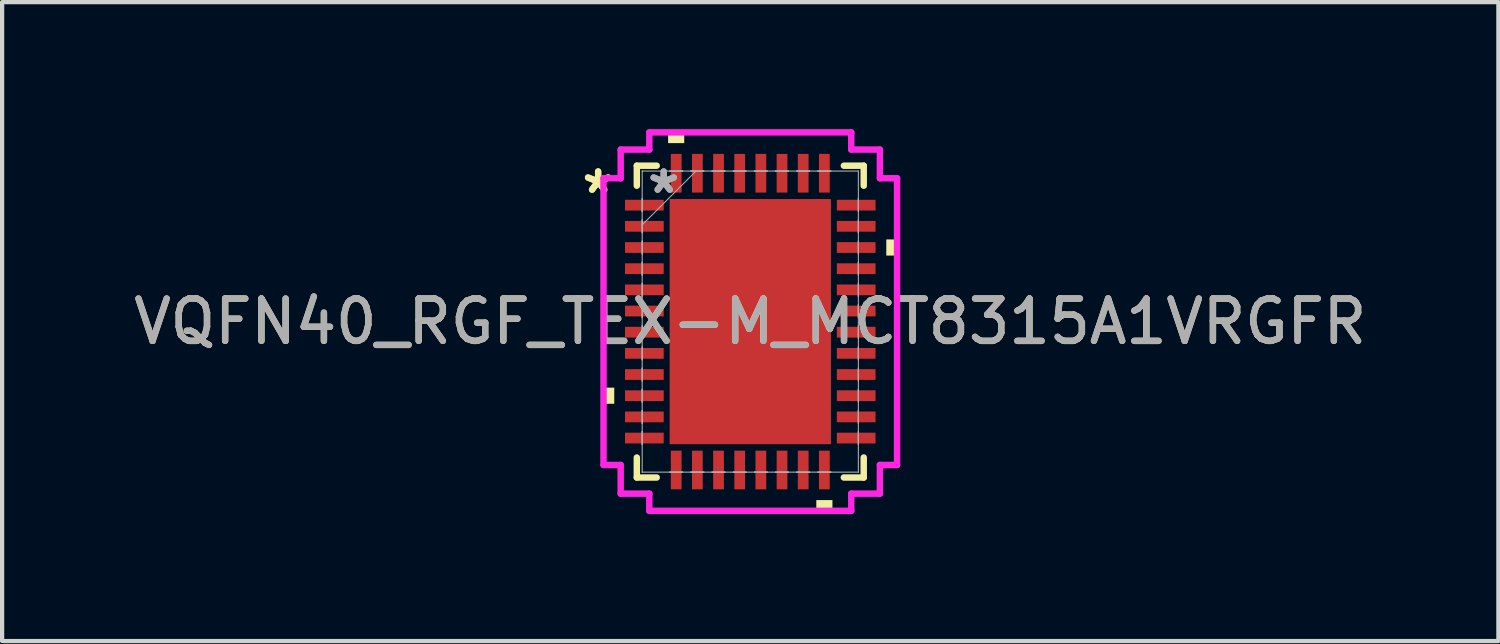
<source format=kicad_pcb>
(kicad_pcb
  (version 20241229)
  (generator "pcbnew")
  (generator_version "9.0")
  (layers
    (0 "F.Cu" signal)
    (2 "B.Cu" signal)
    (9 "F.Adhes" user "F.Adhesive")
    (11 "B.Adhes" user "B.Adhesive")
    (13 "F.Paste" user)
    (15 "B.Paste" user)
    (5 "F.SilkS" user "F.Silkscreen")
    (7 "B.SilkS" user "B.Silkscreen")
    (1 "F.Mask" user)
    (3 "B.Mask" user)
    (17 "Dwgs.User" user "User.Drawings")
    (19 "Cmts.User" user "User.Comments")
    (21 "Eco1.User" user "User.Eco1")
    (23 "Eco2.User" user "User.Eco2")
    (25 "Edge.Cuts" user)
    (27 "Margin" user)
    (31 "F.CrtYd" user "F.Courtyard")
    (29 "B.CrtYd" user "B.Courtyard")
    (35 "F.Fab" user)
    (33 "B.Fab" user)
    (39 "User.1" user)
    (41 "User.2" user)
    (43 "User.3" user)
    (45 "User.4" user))
  (footprint "VQFN40_RGF_TEX-M_MCT8315A1VRGFR"
    (layer "F.Cu")
    (at 14.673 4.547)
    (property "Reference" "VQFN40_RGF_TEX-M_MCT8315A1VRGFR" (at 0 0 0) (unlocked yes) (layer "F.SilkS") (effects (font (size 1 1) (thickness 0.15))))
    (attr smd)
    (fp_line (start -2.68 -3.683) (end -2.68 -3.21) (stroke (width 0.152) (type solid)) (layer "F.SilkS"))
    (fp_line (start -2.68 3.21) (end -2.68 3.683) (stroke (width 0.152) (type solid)) (layer "F.SilkS"))
    (fp_line (start -2.68 3.683) (end -2.21 3.683) (stroke (width 0.152) (type solid)) (layer "F.SilkS"))
    (fp_line (start -2.21 -3.683) (end -2.68 -3.683) (stroke (width 0.152) (type solid)) (layer "F.SilkS"))
    (fp_line (start 2.21 3.683) (end 2.68 3.683) (stroke (width 0.152) (type solid)) (layer "F.SilkS"))
    (fp_line (start 2.68 -3.683) (end 2.21 -3.683) (stroke (width 0.152) (type solid)) (layer "F.SilkS"))
    (fp_line (start 2.68 -3.21) (end 2.68 -3.683) (stroke (width 0.152) (type solid)) (layer "F.SilkS"))
    (fp_line (start 2.68 3.683) (end 2.68 3.21) (stroke (width 0.152) (type solid)) (layer "F.SilkS"))
    (fp_poly (pts (xy -3.467 1.56) (xy -3.467 1.941) (xy -3.213 1.941) (xy -3.213 1.56)) (stroke (width 0) (type solid)) (fill yes) (layer "F.SilkS"))
    (fp_poly (pts (xy -1.941 -4.216) (xy -1.941 -4.47) (xy -1.56 -4.47) (xy -1.56 -4.216)) (stroke (width 0) (type solid)) (fill yes) (layer "F.SilkS"))
    (fp_poly (pts (xy 1.56 4.216) (xy 1.56 4.47) (xy 1.941 4.47) (xy 1.941 4.216)) (stroke (width 0) (type solid)) (fill yes) (layer "F.SilkS"))
    (fp_poly (pts (xy 3.467 -1.941) (xy 3.467 -1.56) (xy 3.213 -1.56) (xy 3.213 -1.941)) (stroke (width 0) (type solid)) (fill yes) (layer "F.SilkS"))
    (fp_poly (pts (xy -1.805 -2.796) (xy -1.805 -1.548) (xy -0.735 -1.548) (xy -0.735 -2.796)) (stroke (width 0) (type solid)) (fill yes) (layer "F.Paste"))
    (fp_poly (pts (xy -1.805 -1.348) (xy -1.805 -0.1) (xy -0.735 -0.1) (xy -0.735 -1.348)) (stroke (width 0) (type solid)) (fill yes) (layer "F.Paste"))
    (fp_poly (pts (xy -1.805 0.1) (xy -1.805 1.348) (xy -0.735 1.348) (xy -0.735 0.1)) (stroke (width 0) (type solid)) (fill yes) (layer "F.Paste"))
    (fp_poly (pts (xy -1.805 1.548) (xy -1.805 2.796) (xy -0.735 2.796) (xy -0.735 1.548)) (stroke (width 0) (type solid)) (fill yes) (layer "F.Paste"))
    (fp_poly (pts (xy -0.535 -2.796) (xy -0.535 -1.548) (xy 0.535 -1.548) (xy 0.535 -2.796)) (stroke (width 0) (type solid)) (fill yes) (layer "F.Paste"))
    (fp_poly (pts (xy -0.535 -1.348) (xy -0.535 -0.1) (xy 0.535 -0.1) (xy 0.535 -1.348)) (stroke (width 0) (type solid)) (fill yes) (layer "F.Paste"))
    (fp_poly (pts (xy -0.535 0.1) (xy -0.535 1.348) (xy 0.535 1.348) (xy 0.535 0.1)) (stroke (width 0) (type solid)) (fill yes) (layer "F.Paste"))
    (fp_poly (pts (xy -0.535 1.548) (xy -0.535 2.796) (xy 0.535 2.796) (xy 0.535 1.548)) (stroke (width 0) (type solid)) (fill yes) (layer "F.Paste"))
    (fp_poly (pts (xy 0.735 -2.796) (xy 0.735 -1.548) (xy 1.805 -1.548) (xy 1.805 -2.796)) (stroke (width 0) (type solid)) (fill yes) (layer "F.Paste"))
    (fp_poly (pts (xy 0.735 -1.348) (xy 0.735 -0.1) (xy 1.805 -0.1) (xy 1.805 -1.348)) (stroke (width 0) (type solid)) (fill yes) (layer "F.Paste"))
    (fp_poly (pts (xy 0.735 0.1) (xy 0.735 1.348) (xy 1.805 1.348) (xy 1.805 0.1)) (stroke (width 0) (type solid)) (fill yes) (layer "F.Paste"))
    (fp_poly (pts (xy 0.735 1.548) (xy 0.735 2.796) (xy 1.805 2.796) (xy 1.805 1.548)) (stroke (width 0) (type solid)) (fill yes) (layer "F.Paste"))
    (fp_line (start -3.467 -3.386) (end -3.061 -3.386) (stroke (width 0.152) (type solid)) (layer "F.CrtYd"))
    (fp_line (start -3.467 3.386) (end -3.467 -3.386) (stroke (width 0.152) (type solid)) (layer "F.CrtYd"))
    (fp_line (start -3.061 -4.064) (end -2.385 -4.064) (stroke (width 0.152) (type solid)) (layer "F.CrtYd"))
    (fp_line (start -3.061 -3.386) (end -3.061 -4.064) (stroke (width 0.152) (type solid)) (layer "F.CrtYd"))
    (fp_line (start -3.061 3.386) (end -3.467 3.386) (stroke (width 0.152) (type solid)) (layer "F.CrtYd"))
    (fp_line (start -3.061 4.064) (end -3.061 3.386) (stroke (width 0.152) (type solid)) (layer "F.CrtYd"))
    (fp_line (start -2.385 -4.47) (end 2.385 -4.47) (stroke (width 0.152) (type solid)) (layer "F.CrtYd"))
    (fp_line (start -2.385 -4.064) (end -2.385 -4.47) (stroke (width 0.152) (type solid)) (layer "F.CrtYd"))
    (fp_line (start -2.385 4.064) (end -3.061 4.064) (stroke (width 0.152) (type solid)) (layer "F.CrtYd"))
    (fp_line (start -2.385 4.47) (end -2.385 4.064) (stroke (width 0.152) (type solid)) (layer "F.CrtYd"))
    (fp_line (start 2.385 -4.47) (end 2.385 -4.064) (stroke (width 0.152) (type solid)) (layer "F.CrtYd"))
    (fp_line (start 2.385 -4.064) (end 3.061 -4.064) (stroke (width 0.152) (type solid)) (layer "F.CrtYd"))
    (fp_line (start 2.385 4.064) (end 2.385 4.47) (stroke (width 0.152) (type solid)) (layer "F.CrtYd"))
    (fp_line (start 2.385 4.47) (end -2.385 4.47) (stroke (width 0.152) (type solid)) (layer "F.CrtYd"))
    (fp_line (start 3.061 -4.064) (end 3.061 -3.386) (stroke (width 0.152) (type solid)) (layer "F.CrtYd"))
    (fp_line (start 3.061 -3.386) (end 3.467 -3.386) (stroke (width 0.152) (type solid)) (layer "F.CrtYd"))
    (fp_line (start 3.061 3.386) (end 3.061 4.064) (stroke (width 0.152) (type solid)) (layer "F.CrtYd"))
    (fp_line (start 3.061 4.064) (end 2.385 4.064) (stroke (width 0.152) (type solid)) (layer "F.CrtYd"))
    (fp_line (start 3.467 -3.386) (end 3.467 3.386) (stroke (width 0.152) (type solid)) (layer "F.CrtYd"))
    (fp_line (start 3.467 3.386) (end 3.061 3.386) (stroke (width 0.152) (type solid)) (layer "F.CrtYd"))
    (fp_line (start -2.553 -3.556) (end -2.553 -3.556) (stroke (width 0.025) (type solid)) (layer "F.Fab"))
    (fp_line (start -2.553 -3.556) (end -2.553 3.556) (stroke (width 0.025) (type solid)) (layer "F.Fab"))
    (fp_line (start -2.553 -2.903) (end -2.553 -2.903) (stroke (width 0.025) (type solid)) (layer "F.Fab"))
    (fp_line (start -2.553 -2.903) (end -2.553 -2.598) (stroke (width 0.025) (type solid)) (layer "F.Fab"))
    (fp_line (start -2.553 -2.598) (end -2.553 -2.903) (stroke (width 0.025) (type solid)) (layer "F.Fab"))
    (fp_line (start -2.553 -2.598) (end -2.553 -2.598) (stroke (width 0.025) (type solid)) (layer "F.Fab"))
    (fp_line (start -2.553 -2.403) (end -2.553 -2.403) (stroke (width 0.025) (type solid)) (layer "F.Fab"))
    (fp_line (start -2.553 -2.403) (end -2.553 -2.098) (stroke (width 0.025) (type solid)) (layer "F.Fab"))
    (fp_line (start -2.553 -2.286) (end -1.283 -3.556) (stroke (width 0.025) (type solid)) (layer "F.Fab"))
    (fp_line (start -2.553 -2.098) (end -2.553 -2.403) (stroke (width 0.025) (type solid)) (layer "F.Fab"))
    (fp_line (start -2.553 -2.098) (end -2.553 -2.098) (stroke (width 0.025) (type solid)) (layer "F.Fab"))
    (fp_line (start -2.553 -1.903) (end -2.553 -1.903) (stroke (width 0.025) (type solid)) (layer "F.Fab"))
    (fp_line (start -2.553 -1.903) (end -2.553 -1.598) (stroke (width 0.025) (type solid)) (layer "F.Fab"))
    (fp_line (start -2.553 -1.598) (end -2.553 -1.903) (stroke (width 0.025) (type solid)) (layer "F.Fab"))
    (fp_line (start -2.553 -1.598) (end -2.553 -1.598) (stroke (width 0.025) (type solid)) (layer "F.Fab"))
    (fp_line (start -2.553 -1.403) (end -2.553 -1.403) (stroke (width 0.025) (type solid)) (layer "F.Fab"))
    (fp_line (start -2.553 -1.403) (end -2.553 -1.098) (stroke (width 0.025) (type solid)) (layer "F.Fab"))
    (fp_line (start -2.553 -1.098) (end -2.553 -1.403) (stroke (width 0.025) (type solid)) (layer "F.Fab"))
    (fp_line (start -2.553 -1.098) (end -2.553 -1.098) (stroke (width 0.025) (type solid)) (layer "F.Fab"))
    (fp_line (start -2.553 -0.903) (end -2.553 -0.903) (stroke (width 0.025) (type solid)) (layer "F.Fab"))
    (fp_line (start -2.553 -0.903) (end -2.553 -0.598) (stroke (width 0.025) (type solid)) (layer "F.Fab"))
    (fp_line (start -2.553 -0.598) (end -2.553 -0.903) (stroke (width 0.025) (type solid)) (layer "F.Fab"))
    (fp_line (start -2.553 -0.598) (end -2.553 -0.598) (stroke (width 0.025) (type solid)) (layer "F.Fab"))
    (fp_line (start -2.553 -0.402) (end -2.553 -0.402) (stroke (width 0.025) (type solid)) (layer "F.Fab"))
    (fp_line (start -2.553 -0.402) (end -2.553 -0.098) (stroke (width 0.025) (type solid)) (layer "F.Fab"))
    (fp_line (start -2.553 -0.098) (end -2.553 -0.402) (stroke (width 0.025) (type solid)) (layer "F.Fab"))
    (fp_line (start -2.553 -0.098) (end -2.553 -0.098) (stroke (width 0.025) (type solid)) (layer "F.Fab"))
    (fp_line (start -2.553 0.098) (end -2.553 0.098) (stroke (width 0.025) (type solid)) (layer "F.Fab"))
    (fp_line (start -2.553 0.098) (end -2.553 0.402) (stroke (width 0.025) (type solid)) (layer "F.Fab"))
    (fp_line (start -2.553 0.402) (end -2.553 0.098) (stroke (width 0.025) (type solid)) (layer "F.Fab"))
    (fp_line (start -2.553 0.402) (end -2.553 0.402) (stroke (width 0.025) (type solid)) (layer "F.Fab"))
    (fp_line (start -2.553 0.598) (end -2.553 0.598) (stroke (width 0.025) (type solid)) (layer "F.Fab"))
    (fp_line (start -2.553 0.598) (end -2.553 0.903) (stroke (width 0.025) (type solid)) (layer "F.Fab"))
    (fp_line (start -2.553 0.903) (end -2.553 0.598) (stroke (width 0.025) (type solid)) (layer "F.Fab"))
    (fp_line (start -2.553 0.903) (end -2.553 0.903) (stroke (width 0.025) (type solid)) (layer "F.Fab"))
    (fp_line (start -2.553 1.098) (end -2.553 1.098) (stroke (width 0.025) (type solid)) (layer "F.Fab"))
    (fp_line (start -2.553 1.098) (end -2.553 1.403) (stroke (width 0.025) (type solid)) (layer "F.Fab"))
    (fp_line (start -2.553 1.403) (end -2.553 1.098) (stroke (width 0.025) (type solid)) (layer "F.Fab"))
    (fp_line (start -2.553 1.403) (end -2.553 1.403) (stroke (width 0.025) (type solid)) (layer "F.Fab"))
    (fp_line (start -2.553 1.598) (end -2.553 1.598) (stroke (width 0.025) (type solid)) (layer "F.Fab"))
    (fp_line (start -2.553 1.598) (end -2.553 1.903) (stroke (width 0.025) (type solid)) (layer "F.Fab"))
    (fp_line (start -2.553 1.903) (end -2.553 1.598) (stroke (width 0.025) (type solid)) (layer "F.Fab"))
    (fp_line (start -2.553 1.903) (end -2.553 1.903) (stroke (width 0.025) (type solid)) (layer "F.Fab"))
    (fp_line (start -2.553 2.098) (end -2.553 2.098) (stroke (width 0.025) (type solid)) (layer "F.Fab"))
    (fp_line (start -2.553 2.098) (end -2.553 2.403) (stroke (width 0.025) (type solid)) (layer "F.Fab"))
    (fp_line (start -2.553 2.403) (end -2.553 2.098) (stroke (width 0.025) (type solid)) (layer "F.Fab"))
    (fp_line (start -2.553 2.403) (end -2.553 2.403) (stroke (width 0.025) (type solid)) (layer "F.Fab"))
    (fp_line (start -2.553 2.598) (end -2.553 2.598) (stroke (width 0.025) (type solid)) (layer "F.Fab"))
    (fp_line (start -2.553 2.598) (end -2.553 2.903) (stroke (width 0.025) (type solid)) (layer "F.Fab"))
    (fp_line (start -2.553 2.903) (end -2.553 2.598) (stroke (width 0.025) (type solid)) (layer "F.Fab"))
    (fp_line (start -2.553 2.903) (end -2.553 2.903) (stroke (width 0.025) (type solid)) (layer "F.Fab"))
    (fp_line (start -2.553 3.556) (end -2.553 3.556) (stroke (width 0.025) (type solid)) (layer "F.Fab"))
    (fp_line (start -2.553 3.556) (end 2.553 3.556) (stroke (width 0.025) (type solid)) (layer "F.Fab"))
    (fp_line (start -1.903 -3.556) (end -1.903 -3.556) (stroke (width 0.025) (type solid)) (layer "F.Fab"))
    (fp_line (start -1.903 -3.556) (end -1.598 -3.556) (stroke (width 0.025) (type solid)) (layer "F.Fab"))
    (fp_line (start -1.903 3.556) (end -1.903 3.556) (stroke (width 0.025) (type solid)) (layer "F.Fab"))
    (fp_line (start -1.903 3.556) (end -1.598 3.556) (stroke (width 0.025) (type solid)) (layer "F.Fab"))
    (fp_line (start -1.598 -3.556) (end -1.903 -3.556) (stroke (width 0.025) (type solid)) (layer "F.Fab"))
    (fp_line (start -1.598 -3.556) (end -1.598 -3.556) (stroke (width 0.025) (type solid)) (layer "F.Fab"))
    (fp_line (start -1.598 3.556) (end -1.903 3.556) (stroke (width 0.025) (type solid)) (layer "F.Fab"))
    (fp_line (start -1.598 3.556) (end -1.598 3.556) (stroke (width 0.025) (type solid)) (layer "F.Fab"))
    (fp_line (start -1.403 -3.556) (end -1.403 -3.556) (stroke (width 0.025) (type solid)) (layer "F.Fab"))
    (fp_line (start -1.403 -3.556) (end -1.098 -3.556) (stroke (width 0.025) (type solid)) (layer "F.Fab"))
    (fp_line (start -1.403 3.556) (end -1.403 3.556) (stroke (width 0.025) (type solid)) (layer "F.Fab"))
    (fp_line (start -1.403 3.556) (end -1.098 3.556) (stroke (width 0.025) (type solid)) (layer "F.Fab"))
    (fp_line (start -1.098 -3.556) (end -1.403 -3.556) (stroke (width 0.025) (type solid)) (layer "F.Fab"))
    (fp_line (start -1.098 -3.556) (end -1.098 -3.556) (stroke (width 0.025) (type solid)) (layer "F.Fab"))
    (fp_line (start -1.098 3.556) (end -1.403 3.556) (stroke (width 0.025) (type solid)) (layer "F.Fab"))
    (fp_line (start -1.098 3.556) (end -1.098 3.556) (stroke (width 0.025) (type solid)) (layer "F.Fab"))
    (fp_line (start -0.903 -3.556) (end -0.903 -3.556) (stroke (width 0.025) (type solid)) (layer "F.Fab"))
    (fp_line (start -0.903 -3.556) (end -0.598 -3.556) (stroke (width 0.025) (type solid)) (layer "F.Fab"))
    (fp_line (start -0.903 3.556) (end -0.903 3.556) (stroke (width 0.025) (type solid)) (layer "F.Fab"))
    (fp_line (start -0.903 3.556) (end -0.598 3.556) (stroke (width 0.025) (type solid)) (layer "F.Fab"))
    (fp_line (start -0.598 -3.556) (end -0.903 -3.556) (stroke (width 0.025) (type solid)) (layer "F.Fab"))
    (fp_line (start -0.598 -3.556) (end -0.598 -3.556) (stroke (width 0.025) (type solid)) (layer "F.Fab"))
    (fp_line (start -0.598 3.556) (end -0.903 3.556) (stroke (width 0.025) (type solid)) (layer "F.Fab"))
    (fp_line (start -0.598 3.556) (end -0.598 3.556) (stroke (width 0.025) (type solid)) (layer "F.Fab"))
    (fp_line (start -0.402 -3.556) (end -0.402 -3.556) (stroke (width 0.025) (type solid)) (layer "F.Fab"))
    (fp_line (start -0.402 -3.556) (end -0.098 -3.556) (stroke (width 0.025) (type solid)) (layer "F.Fab"))
    (fp_line (start -0.402 3.556) (end -0.402 3.556) (stroke (width 0.025) (type solid)) (layer "F.Fab"))
    (fp_line (start -0.402 3.556) (end -0.098 3.556) (stroke (width 0.025) (type solid)) (layer "F.Fab"))
    (fp_line (start -0.098 -3.556) (end -0.402 -3.556) (stroke (width 0.025) (type solid)) (layer "F.Fab"))
    (fp_line (start -0.098 -3.556) (end -0.098 -3.556) (stroke (width 0.025) (type solid)) (layer "F.Fab"))
    (fp_line (start -0.098 3.556) (end -0.402 3.556) (stroke (width 0.025) (type solid)) (layer "F.Fab"))
    (fp_line (start -0.098 3.556) (end -0.098 3.556) (stroke (width 0.025) (type solid)) (layer "F.Fab"))
    (fp_line (start 0.098 -3.556) (end 0.098 -3.556) (stroke (width 0.025) (type solid)) (layer "F.Fab"))
    (fp_line (start 0.098 -3.556) (end 0.402 -3.556) (stroke (width 0.025) (type solid)) (layer "F.Fab"))
    (fp_line (start 0.098 3.556) (end 0.098 3.556) (stroke (width 0.025) (type solid)) (layer "F.Fab"))
    (fp_line (start 0.098 3.556) (end 0.402 3.556) (stroke (width 0.025) (type solid)) (layer "F.Fab"))
    (fp_line (start 0.402 -3.556) (end 0.098 -3.556) (stroke (width 0.025) (type solid)) (layer "F.Fab"))
    (fp_line (start 0.402 -3.556) (end 0.402 -3.556) (stroke (width 0.025) (type solid)) (layer "F.Fab"))
    (fp_line (start 0.402 3.556) (end 0.098 3.556) (stroke (width 0.025) (type solid)) (layer "F.Fab"))
    (fp_line (start 0.402 3.556) (end 0.402 3.556) (stroke (width 0.025) (type solid)) (layer "F.Fab"))
    (fp_line (start 0.598 -3.556) (end 0.598 -3.556) (stroke (width 0.025) (type solid)) (layer "F.Fab"))
    (fp_line (start 0.598 -3.556) (end 0.903 -3.556) (stroke (width 0.025) (type solid)) (layer "F.Fab"))
    (fp_line (start 0.598 3.556) (end 0.598 3.556) (stroke (width 0.025) (type solid)) (layer "F.Fab"))
    (fp_line (start 0.598 3.556) (end 0.903 3.556) (stroke (width 0.025) (type solid)) (layer "F.Fab"))
    (fp_line (start 0.903 -3.556) (end 0.598 -3.556) (stroke (width 0.025) (type solid)) (layer "F.Fab"))
    (fp_line (start 0.903 -3.556) (end 0.903 -3.556) (stroke (width 0.025) (type solid)) (layer "F.Fab"))
    (fp_line (start 0.903 3.556) (end 0.598 3.556) (stroke (width 0.025) (type solid)) (layer "F.Fab"))
    (fp_line (start 0.903 3.556) (end 0.903 3.556) (stroke (width 0.025) (type solid)) (layer "F.Fab"))
    (fp_line (start 1.098 -3.556) (end 1.098 -3.556) (stroke (width 0.025) (type solid)) (layer "F.Fab"))
    (fp_line (start 1.098 -3.556) (end 1.403 -3.556) (stroke (width 0.025) (type solid)) (layer "F.Fab"))
    (fp_line (start 1.098 3.556) (end 1.098 3.556) (stroke (width 0.025) (type solid)) (layer "F.Fab"))
    (fp_line (start 1.098 3.556) (end 1.403 3.556) (stroke (width 0.025) (type solid)) (layer "F.Fab"))
    (fp_line (start 1.403 -3.556) (end 1.098 -3.556) (stroke (width 0.025) (type solid)) (layer "F.Fab"))
    (fp_line (start 1.403 -3.556) (end 1.403 -3.556) (stroke (width 0.025) (type solid)) (layer "F.Fab"))
    (fp_line (start 1.403 3.556) (end 1.098 3.556) (stroke (width 0.025) (type solid)) (layer "F.Fab"))
    (fp_line (start 1.403 3.556) (end 1.403 3.556) (stroke (width 0.025) (type solid)) (layer "F.Fab"))
    (fp_line (start 1.598 -3.556) (end 1.598 -3.556) (stroke (width 0.025) (type solid)) (layer "F.Fab"))
    (fp_line (start 1.598 -3.556) (end 1.903 -3.556) (stroke (width 0.025) (type solid)) (layer "F.Fab"))
    (fp_line (start 1.598 3.556) (end 1.598 3.556) (stroke (width 0.025) (type solid)) (layer "F.Fab"))
    (fp_line (start 1.598 3.556) (end 1.903 3.556) (stroke (width 0.025) (type solid)) (layer "F.Fab"))
    (fp_line (start 1.903 -3.556) (end 1.598 -3.556) (stroke (width 0.025) (type solid)) (layer "F.Fab"))
    (fp_line (start 1.903 -3.556) (end 1.903 -3.556) (stroke (width 0.025) (type solid)) (layer "F.Fab"))
    (fp_line (start 1.903 3.556) (end 1.598 3.556) (stroke (width 0.025) (type solid)) (layer "F.Fab"))
    (fp_line (start 1.903 3.556) (end 1.903 3.556) (stroke (width 0.025) (type solid)) (layer "F.Fab"))
    (fp_line (start 2.553 -3.556) (end -2.553 -3.556) (stroke (width 0.025) (type solid)) (layer "F.Fab"))
    (fp_line (start 2.553 -3.556) (end 2.553 -3.556) (stroke (width 0.025) (type solid)) (layer "F.Fab"))
    (fp_line (start 2.553 -2.903) (end 2.553 -2.903) (stroke (width 0.025) (type solid)) (layer "F.Fab"))
    (fp_line (start 2.553 -2.903) (end 2.553 -2.598) (stroke (width 0.025) (type solid)) (layer "F.Fab"))
    (fp_line (start 2.553 -2.598) (end 2.553 -2.903) (stroke (width 0.025) (type solid)) (layer "F.Fab"))
    (fp_line (start 2.553 -2.598) (end 2.553 -2.598) (stroke (width 0.025) (type solid)) (layer "F.Fab"))
    (fp_line (start 2.553 -2.403) (end 2.553 -2.403) (stroke (width 0.025) (type solid)) (layer "F.Fab"))
    (fp_line (start 2.553 -2.403) (end 2.553 -2.098) (stroke (width 0.025) (type solid)) (layer "F.Fab"))
    (fp_line (start 2.553 -2.098) (end 2.553 -2.403) (stroke (width 0.025) (type solid)) (layer "F.Fab"))
    (fp_line (start 2.553 -2.098) (end 2.553 -2.098) (stroke (width 0.025) (type solid)) (layer "F.Fab"))
    (fp_line (start 2.553 -1.903) (end 2.553 -1.903) (stroke (width 0.025) (type solid)) (layer "F.Fab"))
    (fp_line (start 2.553 -1.903) (end 2.553 -1.598) (stroke (width 0.025) (type solid)) (layer "F.Fab"))
    (fp_line (start 2.553 -1.598) (end 2.553 -1.903) (stroke (width 0.025) (type solid)) (layer "F.Fab"))
    (fp_line (start 2.553 -1.598) (end 2.553 -1.598) (stroke (width 0.025) (type solid)) (layer "F.Fab"))
    (fp_line (start 2.553 -1.403) (end 2.553 -1.403) (stroke (width 0.025) (type solid)) (layer "F.Fab"))
    (fp_line (start 2.553 -1.403) (end 2.553 -1.098) (stroke (width 0.025) (type solid)) (layer "F.Fab"))
    (fp_line (start 2.553 -1.098) (end 2.553 -1.403) (stroke (width 0.025) (type solid)) (layer "F.Fab"))
    (fp_line (start 2.553 -1.098) (end 2.553 -1.098) (stroke (width 0.025) (type solid)) (layer "F.Fab"))
    (fp_line (start 2.553 -0.903) (end 2.553 -0.903) (stroke (width 0.025) (type solid)) (layer "F.Fab"))
    (fp_line (start 2.553 -0.903) (end 2.553 -0.598) (stroke (width 0.025) (type solid)) (layer "F.Fab"))
    (fp_line (start 2.553 -0.598) (end 2.553 -0.903) (stroke (width 0.025) (type solid)) (layer "F.Fab"))
    (fp_line (start 2.553 -0.598) (end 2.553 -0.598) (stroke (width 0.025) (type solid)) (layer "F.Fab"))
    (fp_line (start 2.553 -0.402) (end 2.553 -0.402) (stroke (width 0.025) (type solid)) (layer "F.Fab"))
    (fp_line (start 2.553 -0.402) (end 2.553 -0.098) (stroke (width 0.025) (type solid)) (layer "F.Fab"))
    (fp_line (start 2.553 -0.098) (end 2.553 -0.402) (stroke (width 0.025) (type solid)) (layer "F.Fab"))
    (fp_line (start 2.553 -0.098) (end 2.553 -0.098) (stroke (width 0.025) (type solid)) (layer "F.Fab"))
    (fp_line (start 2.553 0.098) (end 2.553 0.098) (stroke (width 0.025) (type solid)) (layer "F.Fab"))
    (fp_line (start 2.553 0.098) (end 2.553 0.402) (stroke (width 0.025) (type solid)) (layer "F.Fab"))
    (fp_line (start 2.553 0.402) (end 2.553 0.098) (stroke (width 0.025) (type solid)) (layer "F.Fab"))
    (fp_line (start 2.553 0.402) (end 2.553 0.402) (stroke (width 0.025) (type solid)) (layer "F.Fab"))
    (fp_line (start 2.553 0.598) (end 2.553 0.598) (stroke (width 0.025) (type solid)) (layer "F.Fab"))
    (fp_line (start 2.553 0.598) (end 2.553 0.903) (stroke (width 0.025) (type solid)) (layer "F.Fab"))
    (fp_line (start 2.553 0.903) (end 2.553 0.598) (stroke (width 0.025) (type solid)) (layer "F.Fab"))
    (fp_line (start 2.553 0.903) (end 2.553 0.903) (stroke (width 0.025) (type solid)) (layer "F.Fab"))
    (fp_line (start 2.553 1.098) (end 2.553 1.098) (stroke (width 0.025) (type solid)) (layer "F.Fab"))
    (fp_line (start 2.553 1.098) (end 2.553 1.403) (stroke (width 0.025) (type solid)) (layer "F.Fab"))
    (fp_line (start 2.553 1.403) (end 2.553 1.098) (stroke (width 0.025) (type solid)) (layer "F.Fab"))
    (fp_line (start 2.553 1.403) (end 2.553 1.403) (stroke (width 0.025) (type solid)) (layer "F.Fab"))
    (fp_line (start 2.553 1.598) (end 2.553 1.598) (stroke (width 0.025) (type solid)) (layer "F.Fab"))
    (fp_line (start 2.553 1.598) (end 2.553 1.903) (stroke (width 0.025) (type solid)) (layer "F.Fab"))
    (fp_line (start 2.553 1.903) (end 2.553 1.598) (stroke (width 0.025) (type solid)) (layer "F.Fab"))
    (fp_line (start 2.553 1.903) (end 2.553 1.903) (stroke (width 0.025) (type solid)) (layer "F.Fab"))
    (fp_line (start 2.553 2.098) (end 2.553 2.098) (stroke (width 0.025) (type solid)) (layer "F.Fab"))
    (fp_line (start 2.553 2.098) (end 2.553 2.403) (stroke (width 0.025) (type solid)) (layer "F.Fab"))
    (fp_line (start 2.553 2.403) (end 2.553 2.098) (stroke (width 0.025) (type solid)) (layer "F.Fab"))
    (fp_line (start 2.553 2.403) (end 2.553 2.403) (stroke (width 0.025) (type solid)) (layer "F.Fab"))
    (fp_line (start 2.553 2.598) (end 2.553 2.598) (stroke (width 0.025) (type solid)) (layer "F.Fab"))
    (fp_line (start 2.553 2.598) (end 2.553 2.903) (stroke (width 0.025) (type solid)) (layer "F.Fab"))
    (fp_line (start 2.553 2.903) (end 2.553 2.598) (stroke (width 0.025) (type solid)) (layer "F.Fab"))
    (fp_line (start 2.553 2.903) (end 2.553 2.903) (stroke (width 0.025) (type solid)) (layer "F.Fab"))
    (fp_line (start 2.553 3.556) (end 2.553 -3.556) (stroke (width 0.025) (type solid)) (layer "F.Fab"))
    (fp_line (start 2.553 3.556) (end 2.553 3.556) (stroke (width 0.025) (type solid)) (layer "F.Fab"))
    (fp_text user "*" (at -3.594 -3.001 0) (layer "F.SilkS") (effects (font (size 1 1) (thickness 0.15))))
    (fp_text user "*" (at -3.594 -3.001 0) (unlocked yes) (layer "F.SilkS") (effects (font (size 1 1) (thickness 0.15))))
    (fp_text user "*" (at -2.045 -3.001 0) (unlocked yes) (layer "F.Fab") (effects (font (size 1 1) (thickness 0.15))))
    (fp_text user "*" (at -2.045 -3.001 0) (layer "F.Fab") (effects (font (size 1 1) (thickness 0.15))))
    (fp_text user "${REFERENCE}" (at 0 0 0) (unlocked yes) (layer "F.Fab") (effects (font (size 1 1) (thickness 0.15))))
    (pad "1" smd rect (at -2.502 -2.751 90) (size 0.254 0.914) (layers "F.Cu" "F.Mask" "F.Paste"))
    (pad "2" smd rect (at -2.502 -2.251 90) (size 0.254 0.914) (layers "F.Cu" "F.Mask" "F.Paste"))
    (pad "3" smd rect (at -2.502 -1.75 90) (size 0.254 0.914) (layers "F.Cu" "F.Mask" "F.Paste"))
    (pad "4" smd rect (at -2.502 -1.25 90) (size 0.254 0.914) (layers "F.Cu" "F.Mask" "F.Paste"))
    (pad "5" smd rect (at -2.502 -0.75 90) (size 0.254 0.914) (layers "F.Cu" "F.Mask" "F.Paste"))
    (pad "6" smd rect (at -2.502 -0.25 90) (size 0.254 0.914) (layers "F.Cu" "F.Mask" "F.Paste"))
    (pad "7" smd rect (at -2.502 0.25 90) (size 0.254 0.914) (layers "F.Cu" "F.Mask" "F.Paste"))
    (pad "8" smd rect (at -2.502 0.75 90) (size 0.254 0.914) (layers "F.Cu" "F.Mask" "F.Paste"))
    (pad "9" smd rect (at -2.502 1.25 90) (size 0.254 0.914) (layers "F.Cu" "F.Mask" "F.Paste"))
    (pad "10" smd rect (at -2.502 1.75 90) (size 0.254 0.914) (layers "F.Cu" "F.Mask" "F.Paste"))
    (pad "11" smd rect (at -2.502 2.251 90) (size 0.254 0.914) (layers "F.Cu" "F.Mask" "F.Paste"))
    (pad "12" smd rect (at -2.502 2.751 90) (size 0.254 0.914) (layers "F.Cu" "F.Mask" "F.Paste"))
    (pad "13" smd rect (at -1.75 3.505) (size 0.254 0.914) (layers "F.Cu" "F.Mask" "F.Paste"))
    (pad "14" smd rect (at -1.25 3.505) (size 0.254 0.914) (layers "F.Cu" "F.Mask" "F.Paste"))
    (pad "15" smd rect (at -0.75 3.505) (size 0.254 0.914) (layers "F.Cu" "F.Mask" "F.Paste"))
    (pad "16" smd rect (at -0.25 3.505) (size 0.254 0.914) (layers "F.Cu" "F.Mask" "F.Paste"))
    (pad "17" smd rect (at 0.25 3.505) (size 0.254 0.914) (layers "F.Cu" "F.Mask" "F.Paste"))
    (pad "18" smd rect (at 0.75 3.505) (size 0.254 0.914) (layers "F.Cu" "F.Mask" "F.Paste"))
    (pad "19" smd rect (at 1.25 3.505) (size 0.254 0.914) (layers "F.Cu" "F.Mask" "F.Paste"))
    (pad "20" smd rect (at 1.75 3.505) (size 0.254 0.914) (layers "F.Cu" "F.Mask" "F.Paste"))
    (pad "21" smd rect (at 2.502 2.751 90) (size 0.254 0.914) (layers "F.Cu" "F.Mask" "F.Paste"))
    (pad "22" smd rect (at 2.502 2.251 90) (size 0.254 0.914) (layers "F.Cu" "F.Mask" "F.Paste"))
    (pad "23" smd rect (at 2.502 1.75 90) (size 0.254 0.914) (layers "F.Cu" "F.Mask" "F.Paste"))
    (pad "24" smd rect (at 2.502 1.25 90) (size 0.254 0.914) (layers "F.Cu" "F.Mask" "F.Paste"))
    (pad "25" smd rect (at 2.502 0.75 90) (size 0.254 0.914) (layers "F.Cu" "F.Mask" "F.Paste"))
    (pad "26" smd rect (at 2.502 0.25 90) (size 0.254 0.914) (layers "F.Cu" "F.Mask" "F.Paste"))
    (pad "27" smd rect (at 2.502 -0.25 90) (size 0.254 0.914) (layers "F.Cu" "F.Mask" "F.Paste"))
    (pad "28" smd rect (at 2.502 -0.75 90) (size 0.254 0.914) (layers "F.Cu" "F.Mask" "F.Paste"))
    (pad "29" smd rect (at 2.502 -1.25 90) (size 0.254 0.914) (layers "F.Cu" "F.Mask" "F.Paste"))
    (pad "30" smd rect (at 2.502 -1.75 90) (size 0.254 0.914) (layers "F.Cu" "F.Mask" "F.Paste"))
    (pad "31" smd rect (at 2.502 -2.251 90) (size 0.254 0.914) (layers "F.Cu" "F.Mask" "F.Paste"))
    (pad "32" smd rect (at 2.502 -2.751 90) (size 0.254 0.914) (layers "F.Cu" "F.Mask" "F.Paste"))
    (pad "33" smd rect (at 1.75 -3.505) (size 0.254 0.914) (layers "F.Cu" "F.Mask" "F.Paste"))
    (pad "34" smd rect (at 1.25 -3.505) (size 0.254 0.914) (layers "F.Cu" "F.Mask" "F.Paste"))
    (pad "35" smd rect (at 0.75 -3.505) (size 0.254 0.914) (layers "F.Cu" "F.Mask" "F.Paste"))
    (pad "36" smd rect (at 0.25 -3.505) (size 0.254 0.914) (layers "F.Cu" "F.Mask" "F.Paste"))
    (pad "37" smd rect (at -0.25 -3.505) (size 0.254 0.914) (layers "F.Cu" "F.Mask" "F.Paste"))
    (pad "38" smd rect (at -0.75 -3.505) (size 0.254 0.914) (layers "F.Cu" "F.Mask" "F.Paste"))
    (pad "39" smd rect (at -1.25 -3.505) (size 0.254 0.914) (layers "F.Cu" "F.Mask" "F.Paste"))
    (pad "40" smd rect (at -1.75 -3.505) (size 0.254 0.914) (layers "F.Cu" "F.Mask" "F.Paste"))
    (pad "41" smd rect (at 0 0) (size 3.81 5.791) (layers "F.Cu" "F.Mask" "F.Paste")))
  (gr_rect
    (start -3 -3)
    (end 32.345 12.093)
    (stroke (width 0.1) (type default))
    (fill no)
    (layer "Edge.Cuts")))
</source>
